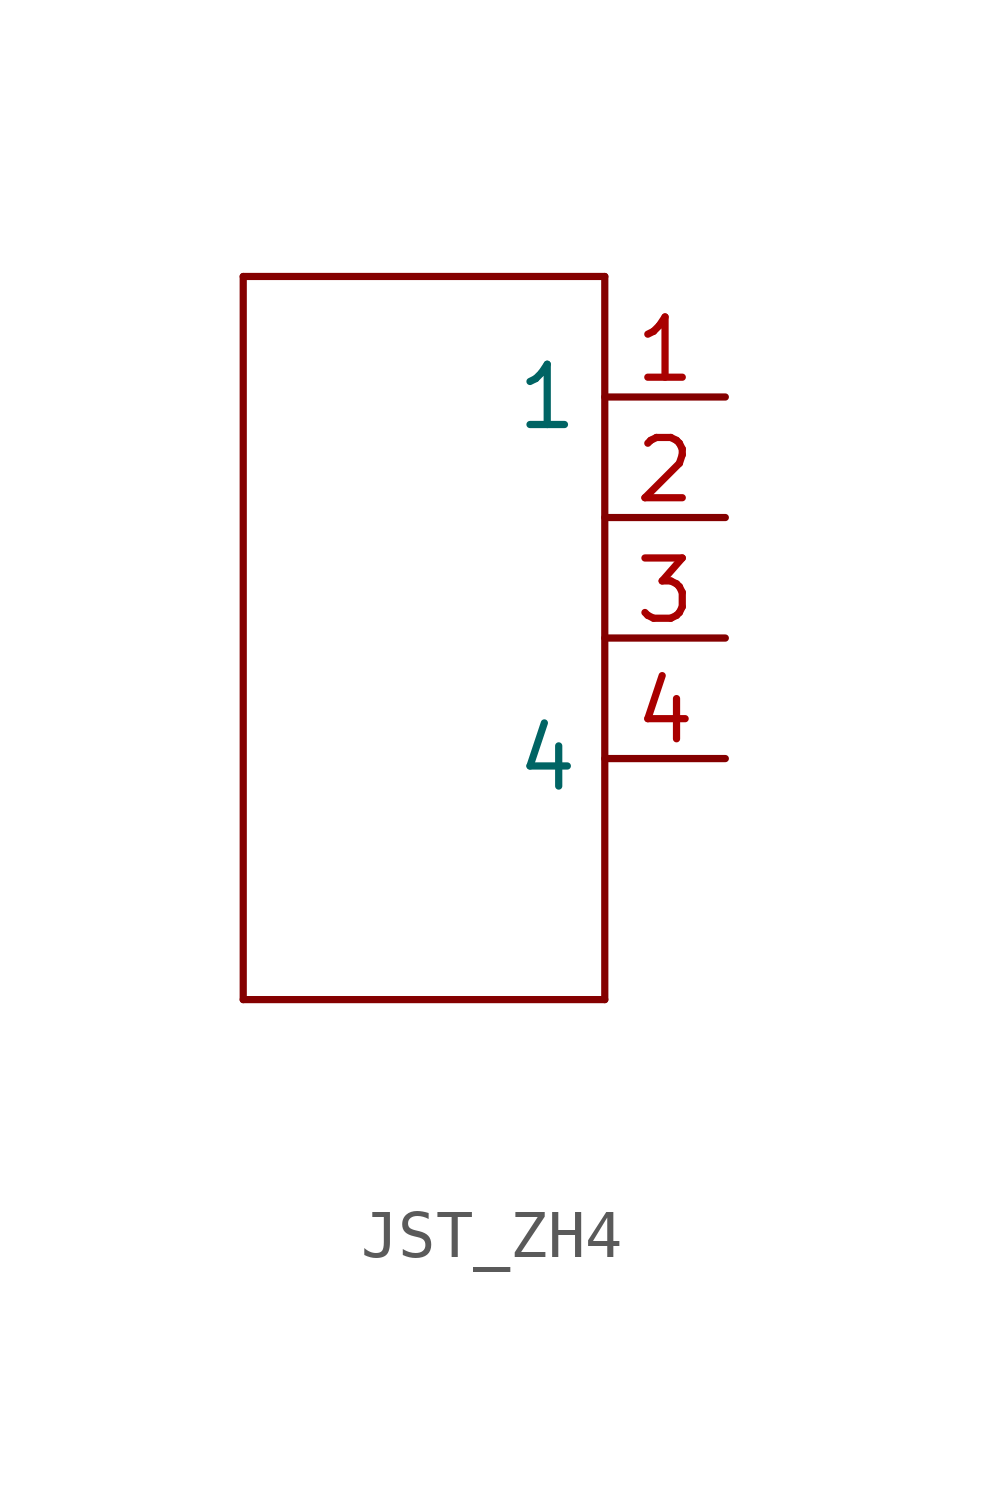
<source format=kicad_sym>
(kicad_symbol_lib
  (version 20220914)
  (generator kicad_symbol_editor)
  (symbol "JST_ZH4"
    (property "Reference" ""
      (at -5.08 8.382 0)
      (effects (font (size 1.778 1.511)) (justify left bottom) hide))
    (property "Value" ""
      (at -5.08 -9.906 0)
      (effects (font (size 1.778 1.511)) (justify left bottom)))
    (property "ki_locked" ""
      (at 0 0 0)
      (effects (font (size 1.27 1.27))))
    (symbol "JST_ZH4_1_0"
      (polyline (pts (xy -5.08 -7.62) (xy 2.54 -7.62)) (stroke (width 0.152) (type solid)) (fill (type none)))
      (polyline (pts (xy -5.08 7.62) (xy -5.08 -7.62)) (stroke (width 0.152) (type solid)) (fill (type none)))
      (polyline (pts (xy 2.54 -7.62) (xy 2.54 7.62)) (stroke (width 0.152) (type solid)) (fill (type none)))
      (polyline (pts (xy 2.54 7.62) (xy -5.08 7.62)) (stroke (width 0.152) (type solid)) (fill (type none)))
      (pin passive line (at 5.08 5.08 180) (length 2.54) (name "1" (effects (font (size 1.27 1.27)))) (number "1" (effects (font (size 1.27 1.27)))))
      (pin passive line (at 5.08 2.54 180) (length 2.54) (name "2" (effects (font (size 0 0)))) (number "2" (effects (font (size 1.27 1.27)))))
      (pin passive line (at 5.08 0 180) (length 2.54) (name "3" (effects (font (size 0 0)))) (number "3" (effects (font (size 1.27 1.27)))))
      (pin passive line (at 5.08 -2.54 180) (length 2.54) (name "4" (effects (font (size 1.27 1.27)))) (number "4" (effects (font (size 1.27 1.27))))))))
</source>
